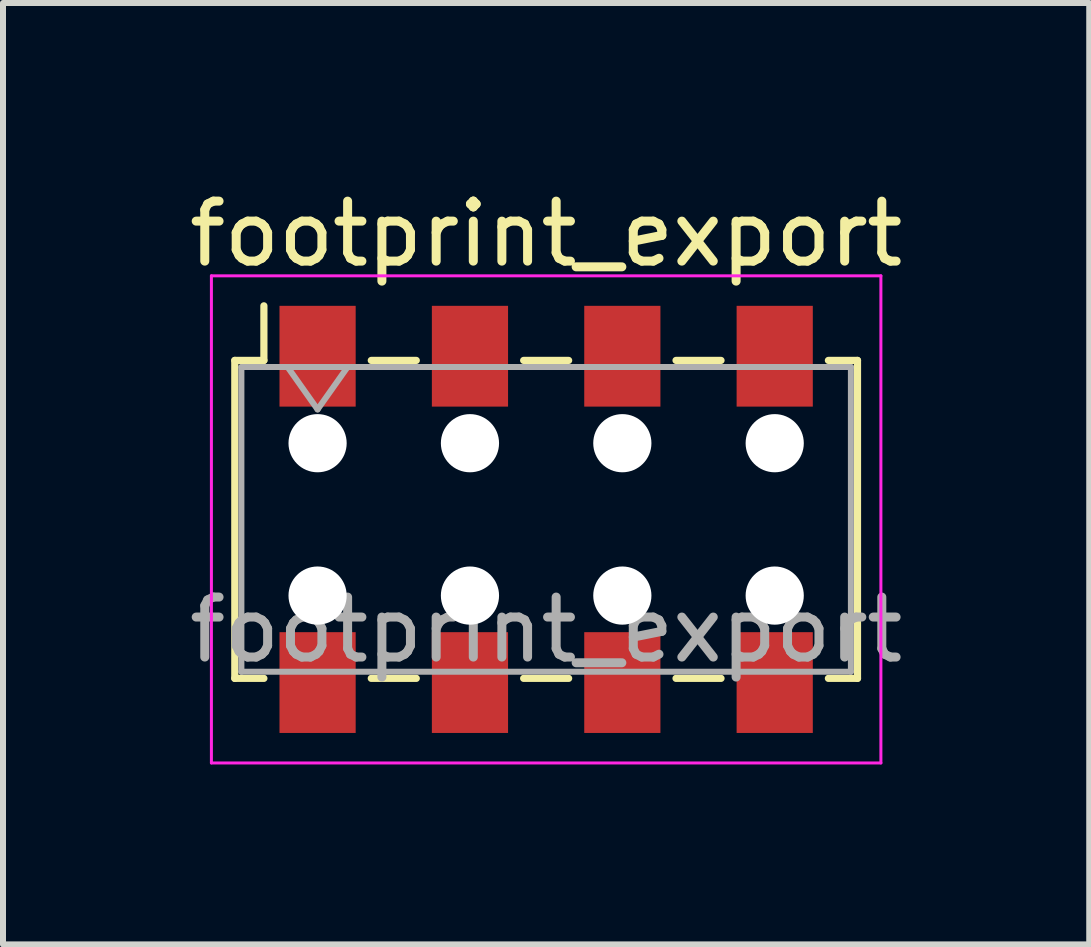
<source format=kicad_pcb>
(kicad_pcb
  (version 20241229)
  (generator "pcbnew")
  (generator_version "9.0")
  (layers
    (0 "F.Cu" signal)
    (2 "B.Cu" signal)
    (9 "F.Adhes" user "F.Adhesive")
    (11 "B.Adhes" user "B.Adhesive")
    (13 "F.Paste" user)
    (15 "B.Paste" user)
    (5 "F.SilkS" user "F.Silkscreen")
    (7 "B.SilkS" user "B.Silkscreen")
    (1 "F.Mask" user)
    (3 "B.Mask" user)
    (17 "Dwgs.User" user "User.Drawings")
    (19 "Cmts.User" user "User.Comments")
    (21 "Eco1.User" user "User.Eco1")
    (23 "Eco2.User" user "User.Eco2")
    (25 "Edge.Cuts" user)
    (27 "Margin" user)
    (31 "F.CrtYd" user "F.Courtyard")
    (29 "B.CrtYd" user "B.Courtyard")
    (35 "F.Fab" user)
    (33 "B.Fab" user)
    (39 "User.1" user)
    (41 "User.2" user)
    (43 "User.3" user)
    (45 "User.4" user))
  (footprint "footprint_export"
    (layer "F.Cu")
    (at 6.054 5.608)
    (property "Reference" "footprint_export" (at 0 -4.76 0) (layer "F.SilkS") (effects (font (size 1 1) (thickness 0.15))))
    (attr smd)
    (fp_line (start -5.19 -2.65) (end -5.19 2.65) (stroke (width 0.12) (type solid)) (layer "F.SilkS"))
    (fp_line (start -5.19 2.65) (end -4.705 2.65) (stroke (width 0.12) (type solid)) (layer "F.SilkS"))
    (fp_line (start -4.705 -3.56) (end -4.705 -2.65) (stroke (width 0.12) (type solid)) (layer "F.SilkS"))
    (fp_line (start -4.705 -2.65) (end -5.19 -2.65) (stroke (width 0.12) (type solid)) (layer "F.SilkS"))
    (fp_line (start -2.915 -2.65) (end -2.165 -2.65) (stroke (width 0.12) (type solid)) (layer "F.SilkS"))
    (fp_line (start -2.915 2.65) (end -2.165 2.65) (stroke (width 0.12) (type solid)) (layer "F.SilkS"))
    (fp_line (start -0.375 -2.65) (end 0.375 -2.65) (stroke (width 0.12) (type solid)) (layer "F.SilkS"))
    (fp_line (start -0.375 2.65) (end 0.375 2.65) (stroke (width 0.12) (type solid)) (layer "F.SilkS"))
    (fp_line (start 2.165 -2.65) (end 2.915 -2.65) (stroke (width 0.12) (type solid)) (layer "F.SilkS"))
    (fp_line (start 2.165 2.65) (end 2.915 2.65) (stroke (width 0.12) (type solid)) (layer "F.SilkS"))
    (fp_line (start 4.705 -2.65) (end 5.19 -2.65) (stroke (width 0.12) (type solid)) (layer "F.SilkS"))
    (fp_line (start 5.19 -2.65) (end 5.19 2.65) (stroke (width 0.12) (type solid)) (layer "F.SilkS"))
    (fp_line (start 5.19 2.65) (end 4.705 2.65) (stroke (width 0.12) (type solid)) (layer "F.SilkS"))
    (fp_line (start -5.58 -4.06) (end 5.58 -4.06) (stroke (width 0.05) (type solid)) (layer "F.CrtYd"))
    (fp_line (start -5.58 4.06) (end -5.58 -4.06) (stroke (width 0.05) (type solid)) (layer "F.CrtYd"))
    (fp_line (start 5.58 -4.06) (end 5.58 4.06) (stroke (width 0.05) (type solid)) (layer "F.CrtYd"))
    (fp_line (start 5.58 4.06) (end -5.58 4.06) (stroke (width 0.05) (type solid)) (layer "F.CrtYd"))
    (fp_line (start -5.08 -2.54) (end 5.08 -2.54) (stroke (width 0.1) (type solid)) (layer "F.Fab"))
    (fp_line (start -5.08 2.54) (end -5.08 -2.54) (stroke (width 0.1) (type solid)) (layer "F.Fab"))
    (fp_line (start -4.31 -2.54) (end -3.81 -1.833) (stroke (width 0.1) (type solid)) (layer "F.Fab"))
    (fp_line (start -3.81 -1.833) (end -3.31 -2.54) (stroke (width 0.1) (type solid)) (layer "F.Fab"))
    (fp_line (start 5.08 -2.54) (end 5.08 2.54) (stroke (width 0.1) (type solid)) (layer "F.Fab"))
    (fp_line (start 5.08 2.54) (end -5.08 2.54) (stroke (width 0.1) (type solid)) (layer "F.Fab"))
    (fp_text user "${REFERENCE}" (at 0 1.84 0) (layer "F.Fab") (effects (font (size 1 1) (thickness 0.15))))
    (pad "" np_thru_hole circle (at -3.81 -1.27) (size 0.97 0.97) (drill 0.97) (layers "*.Cu" "*.Mask"))
    (pad "" np_thru_hole circle (at -3.81 1.27) (size 0.97 0.97) (drill 0.97) (layers "*.Cu" "*.Mask"))
    (pad "" np_thru_hole circle (at -1.27 -1.27) (size 0.97 0.97) (drill 0.97) (layers "*.Cu" "*.Mask"))
    (pad "" np_thru_hole circle (at -1.27 1.27) (size 0.97 0.97) (drill 0.97) (layers "*.Cu" "*.Mask"))
    (pad "" np_thru_hole circle (at 1.27 -1.27) (size 0.97 0.97) (drill 0.97) (layers "*.Cu" "*.Mask"))
    (pad "" np_thru_hole circle (at 1.27 1.27) (size 0.97 0.97) (drill 0.97) (layers "*.Cu" "*.Mask"))
    (pad "" np_thru_hole circle (at 3.81 -1.27) (size 0.97 0.97) (drill 0.97) (layers "*.Cu" "*.Mask"))
    (pad "" np_thru_hole circle (at 3.81 1.27) (size 0.97 0.97) (drill 0.97) (layers "*.Cu" "*.Mask"))
    (pad "1" smd rect (at -3.81 -2.72) (size 1.27 1.68) (layers "F.Cu" "F.Mask" "F.Paste"))
    (pad "2" smd rect (at -3.81 2.72) (size 1.27 1.68) (layers "F.Cu" "F.Mask" "F.Paste"))
    (pad "3" smd rect (at -1.27 -2.72) (size 1.27 1.68) (layers "F.Cu" "F.Mask" "F.Paste"))
    (pad "4" smd rect (at -1.27 2.72) (size 1.27 1.68) (layers "F.Cu" "F.Mask" "F.Paste"))
    (pad "5" smd rect (at 1.27 -2.72) (size 1.27 1.68) (layers "F.Cu" "F.Mask" "F.Paste"))
    (pad "6" smd rect (at 1.27 2.72) (size 1.27 1.68) (layers "F.Cu" "F.Mask" "F.Paste"))
    (pad "7" smd rect (at 3.81 -2.72) (size 1.27 1.68) (layers "F.Cu" "F.Mask" "F.Paste"))
    (pad "8" smd rect (at 3.81 2.72) (size 1.27 1.68) (layers "F.Cu" "F.Mask" "F.Paste")))
  (gr_rect
    (start -3 -3)
    (end 15.107 12.693)
    (stroke (width 0.1) (type default))
    (fill no)
    (layer "Edge.Cuts")))
</source>
